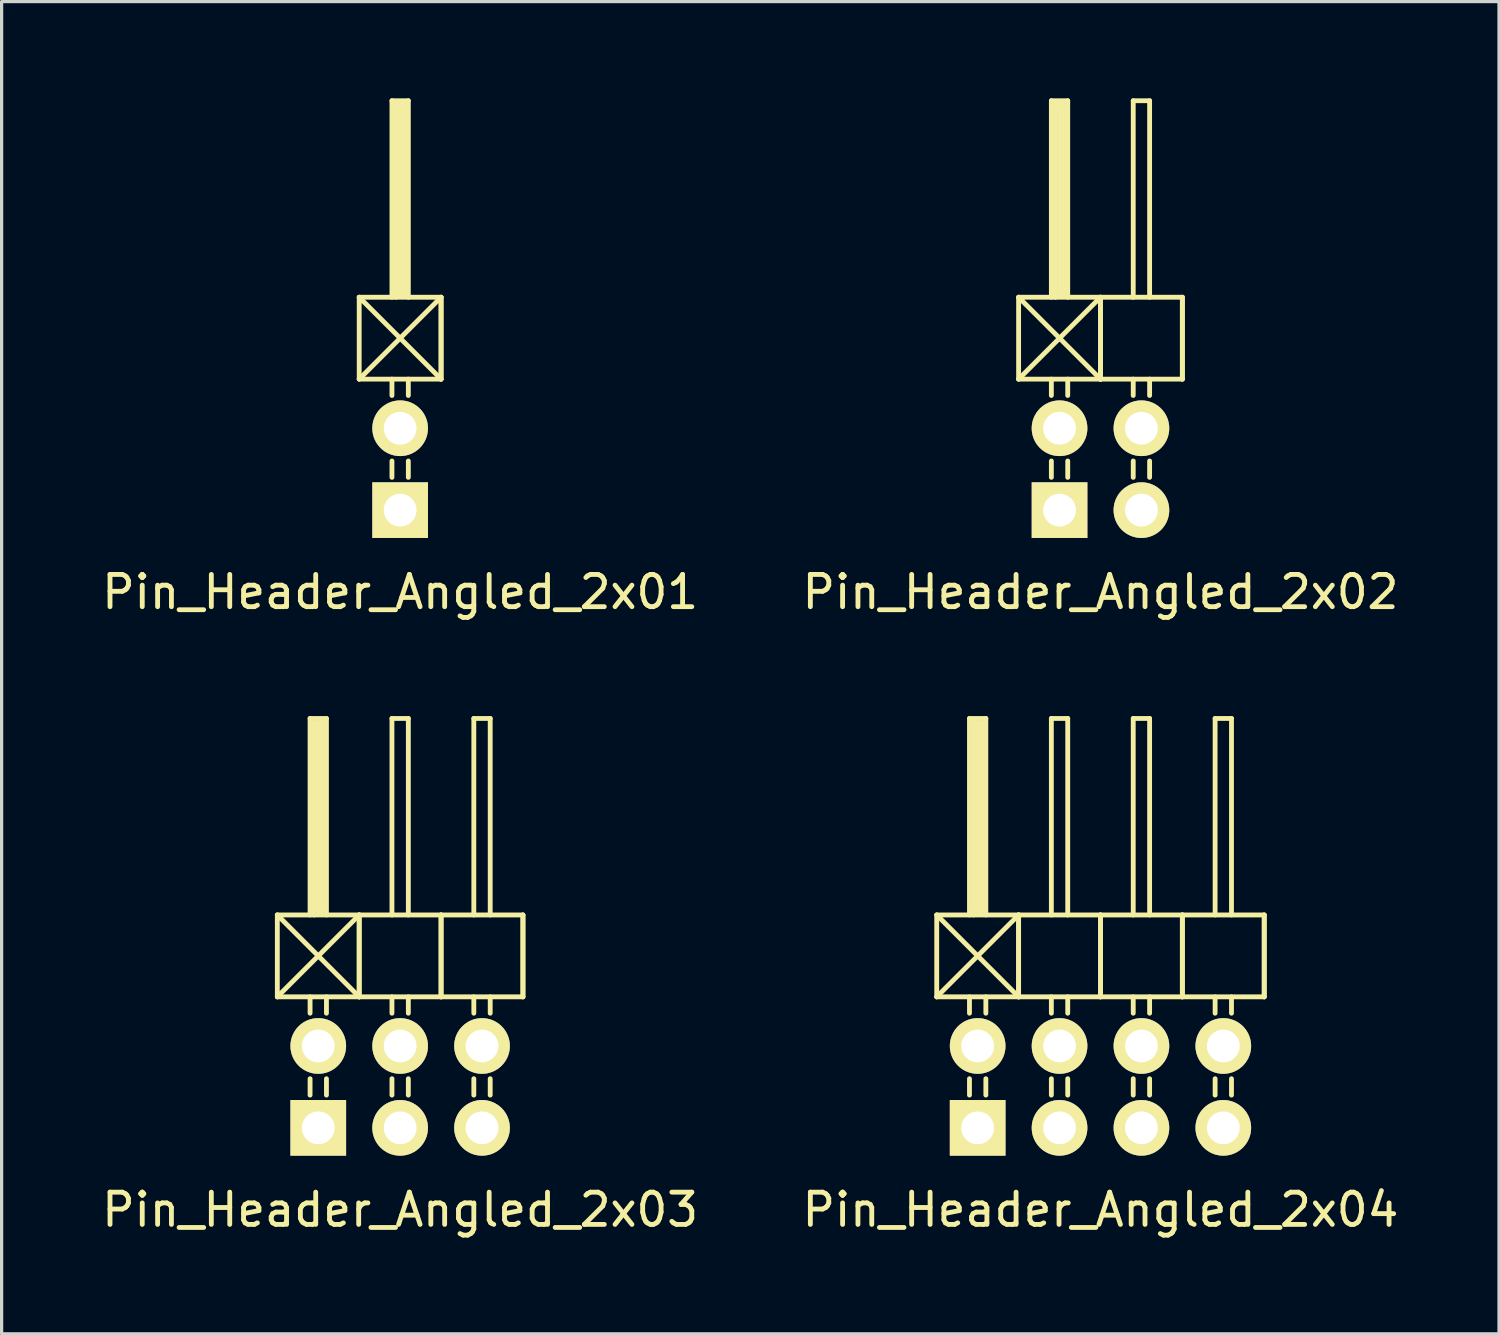
<source format=kicad_pcb>
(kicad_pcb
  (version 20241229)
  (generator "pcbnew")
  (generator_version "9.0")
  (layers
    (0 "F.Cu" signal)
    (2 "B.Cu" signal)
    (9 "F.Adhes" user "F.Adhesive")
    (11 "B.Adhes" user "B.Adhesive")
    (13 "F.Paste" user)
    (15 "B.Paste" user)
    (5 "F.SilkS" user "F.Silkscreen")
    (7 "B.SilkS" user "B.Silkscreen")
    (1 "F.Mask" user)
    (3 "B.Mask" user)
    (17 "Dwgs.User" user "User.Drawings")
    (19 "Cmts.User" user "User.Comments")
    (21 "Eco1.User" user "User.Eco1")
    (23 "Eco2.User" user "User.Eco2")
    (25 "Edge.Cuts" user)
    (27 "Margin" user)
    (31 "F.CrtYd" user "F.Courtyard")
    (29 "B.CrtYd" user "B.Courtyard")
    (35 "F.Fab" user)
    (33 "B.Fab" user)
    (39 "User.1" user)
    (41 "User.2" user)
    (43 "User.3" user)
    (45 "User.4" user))
  (footprint "Pin_Header_Angled_2x04"
    (layer "F.Cu")
    (at 31.089 30.668)
    (property "Reference" "Pin_Header_Angled_2x04" (at 0 3.81 0) (layer "F.SilkS") (effects (font (size 1 1) (thickness 0.15))))
    (attr through_hole)
    (fp_line (start -5.08 -5.334) (end -2.54 -2.794) (stroke (width 0.15) (type solid)) (layer "F.SilkS"))
    (fp_line (start -5.08 -2.794) (end -5.08 -5.334) (stroke (width 0.15) (type solid)) (layer "F.SilkS"))
    (fp_line (start -5.08 -2.794) (end -2.54 -5.334) (stroke (width 0.15) (type solid)) (layer "F.SilkS"))
    (fp_line (start -5.08 -2.794) (end -2.54 -2.794) (stroke (width 0.15) (type solid)) (layer "F.SilkS"))
    (fp_line (start -4.064 -11.43) (end -3.556 -11.43) (stroke (width 0.15) (type solid)) (layer "F.SilkS"))
    (fp_line (start -4.064 -5.334) (end -4.064 -11.43) (stroke (width 0.15) (type solid)) (layer "F.SilkS"))
    (fp_line (start -4.064 -2.794) (end -4.064 -2.286) (stroke (width 0.15) (type solid)) (layer "F.SilkS"))
    (fp_line (start -4.064 -0.254) (end -4.064 0.254) (stroke (width 0.15) (type solid)) (layer "F.SilkS"))
    (fp_line (start -3.937 -11.303) (end -3.683 -11.303) (stroke (width 0.15) (type solid)) (layer "F.SilkS"))
    (fp_line (start -3.937 -5.334) (end -3.937 -11.303) (stroke (width 0.15) (type solid)) (layer "F.SilkS"))
    (fp_line (start -3.81 -5.461) (end -3.81 -11.303) (stroke (width 0.15) (type solid)) (layer "F.SilkS"))
    (fp_line (start -3.683 -11.303) (end -3.683 -5.461) (stroke (width 0.15) (type solid)) (layer "F.SilkS"))
    (fp_line (start -3.683 -5.461) (end -3.81 -5.461) (stroke (width 0.15) (type solid)) (layer "F.SilkS"))
    (fp_line (start -3.556 -11.43) (end -3.556 -5.334) (stroke (width 0.15) (type solid)) (layer "F.SilkS"))
    (fp_line (start -3.556 -2.794) (end -3.556 -2.286) (stroke (width 0.15) (type solid)) (layer "F.SilkS"))
    (fp_line (start -3.556 -0.254) (end -3.556 0.254) (stroke (width 0.15) (type solid)) (layer "F.SilkS"))
    (fp_line (start -2.54 -5.334) (end -5.08 -5.334) (stroke (width 0.15) (type solid)) (layer "F.SilkS"))
    (fp_line (start -2.54 -2.794) (end -2.54 -5.334) (stroke (width 0.15) (type solid)) (layer "F.SilkS"))
    (fp_line (start -2.54 -2.794) (end -2.54 -5.334) (stroke (width 0.15) (type solid)) (layer "F.SilkS"))
    (fp_line (start -2.54 -2.794) (end 0 -2.794) (stroke (width 0.15) (type solid)) (layer "F.SilkS"))
    (fp_line (start -1.524 -11.43) (end -1.016 -11.43) (stroke (width 0.15) (type solid)) (layer "F.SilkS"))
    (fp_line (start -1.524 -5.334) (end -1.524 -11.43) (stroke (width 0.15) (type solid)) (layer "F.SilkS"))
    (fp_line (start -1.524 -2.794) (end -1.524 -2.286) (stroke (width 0.15) (type solid)) (layer "F.SilkS"))
    (fp_line (start -1.524 -0.254) (end -1.524 0.254) (stroke (width 0.15) (type solid)) (layer "F.SilkS"))
    (fp_line (start -1.016 -11.43) (end -1.016 -5.334) (stroke (width 0.15) (type solid)) (layer "F.SilkS"))
    (fp_line (start -1.016 -2.794) (end -1.016 -2.286) (stroke (width 0.15) (type solid)) (layer "F.SilkS"))
    (fp_line (start -1.016 -0.254) (end -1.016 0.254) (stroke (width 0.15) (type solid)) (layer "F.SilkS"))
    (fp_line (start 0 -5.334) (end -2.54 -5.334) (stroke (width 0.15) (type solid)) (layer "F.SilkS"))
    (fp_line (start 0 -2.794) (end 0 -5.334) (stroke (width 0.15) (type solid)) (layer "F.SilkS"))
    (fp_line (start 0 -2.794) (end 0 -5.334) (stroke (width 0.15) (type solid)) (layer "F.SilkS"))
    (fp_line (start 0 -2.794) (end 2.54 -2.794) (stroke (width 0.15) (type solid)) (layer "F.SilkS"))
    (fp_line (start 1.016 -11.43) (end 1.524 -11.43) (stroke (width 0.15) (type solid)) (layer "F.SilkS"))
    (fp_line (start 1.016 -5.334) (end 1.016 -11.43) (stroke (width 0.15) (type solid)) (layer "F.SilkS"))
    (fp_line (start 1.016 -2.794) (end 1.016 -2.286) (stroke (width 0.15) (type solid)) (layer "F.SilkS"))
    (fp_line (start 1.016 -0.254) (end 1.016 0.254) (stroke (width 0.15) (type solid)) (layer "F.SilkS"))
    (fp_line (start 1.524 -11.43) (end 1.524 -5.334) (stroke (width 0.15) (type solid)) (layer "F.SilkS"))
    (fp_line (start 1.524 -2.794) (end 1.524 -2.286) (stroke (width 0.15) (type solid)) (layer "F.SilkS"))
    (fp_line (start 1.524 -0.254) (end 1.524 0.254) (stroke (width 0.15) (type solid)) (layer "F.SilkS"))
    (fp_line (start 2.54 -5.334) (end 0 -5.334) (stroke (width 0.15) (type solid)) (layer "F.SilkS"))
    (fp_line (start 2.54 -2.794) (end 2.54 -5.334) (stroke (width 0.15) (type solid)) (layer "F.SilkS"))
    (fp_line (start 2.54 -2.794) (end 2.54 -5.334) (stroke (width 0.15) (type solid)) (layer "F.SilkS"))
    (fp_line (start 2.54 -2.794) (end 5.08 -2.794) (stroke (width 0.15) (type solid)) (layer "F.SilkS"))
    (fp_line (start 3.556 -11.43) (end 4.064 -11.43) (stroke (width 0.15) (type solid)) (layer "F.SilkS"))
    (fp_line (start 3.556 -5.334) (end 3.556 -11.43) (stroke (width 0.15) (type solid)) (layer "F.SilkS"))
    (fp_line (start 3.556 -2.794) (end 3.556 -2.286) (stroke (width 0.15) (type solid)) (layer "F.SilkS"))
    (fp_line (start 3.556 -0.254) (end 3.556 0.254) (stroke (width 0.15) (type solid)) (layer "F.SilkS"))
    (fp_line (start 4.064 -11.43) (end 4.064 -5.334) (stroke (width 0.15) (type solid)) (layer "F.SilkS"))
    (fp_line (start 4.064 -2.794) (end 4.064 -2.286) (stroke (width 0.15) (type solid)) (layer "F.SilkS"))
    (fp_line (start 4.064 -0.254) (end 4.064 0.254) (stroke (width 0.15) (type solid)) (layer "F.SilkS"))
    (fp_line (start 5.08 -5.334) (end 2.54 -5.334) (stroke (width 0.15) (type solid)) (layer "F.SilkS"))
    (fp_line (start 5.08 -2.794) (end 5.08 -5.334) (stroke (width 0.15) (type solid)) (layer "F.SilkS"))
    (fp_line (start 5.08 -2.794) (end 5.08 -5.334) (stroke (width 0.15) (type solid)) (layer "F.SilkS"))
    (pad "1" thru_hole rect (at -3.81 1.27) (size 1.727 1.727) (drill 1.016) (layers "*.Cu" "*.Mask" "F.SilkS"))
    (pad "2" thru_hole oval (at -3.81 -1.27) (size 1.727 1.727) (drill 1.016) (layers "*.Cu" "*.Mask" "F.SilkS"))
    (pad "3" thru_hole oval (at -1.27 1.27) (size 1.727 1.727) (drill 1.016) (layers "*.Cu" "*.Mask" "F.SilkS"))
    (pad "4" thru_hole oval (at -1.27 -1.27) (size 1.727 1.727) (drill 1.016) (layers "*.Cu" "*.Mask" "F.SilkS"))
    (pad "5" thru_hole oval (at 1.27 1.27) (size 1.727 1.727) (drill 1.016) (layers "*.Cu" "*.Mask" "F.SilkS"))
    (pad "6" thru_hole oval (at 1.27 -1.27) (size 1.727 1.727) (drill 1.016) (layers "*.Cu" "*.Mask" "F.SilkS"))
    (pad "7" thru_hole oval (at 3.81 1.27) (size 1.727 1.727) (drill 1.016) (layers "*.Cu" "*.Mask" "F.SilkS"))
    (pad "8" thru_hole oval (at 3.81 -1.27) (size 1.727 1.727) (drill 1.016) (layers "*.Cu" "*.Mask" "F.SilkS")))
  (footprint "Pin_Header_Angled_2x02"
    (layer "F.Cu")
    (at 31.089 11.505)
    (property "Reference" "Pin_Header_Angled_2x02" (at 0 3.81 0) (layer "F.SilkS") (effects (font (size 1 1) (thickness 0.15))))
    (attr through_hole)
    (fp_line (start -2.54 -5.334) (end 0 -2.794) (stroke (width 0.15) (type solid)) (layer "F.SilkS"))
    (fp_line (start -2.54 -2.794) (end -2.54 -5.334) (stroke (width 0.15) (type solid)) (layer "F.SilkS"))
    (fp_line (start -2.54 -2.794) (end 0 -5.334) (stroke (width 0.15) (type solid)) (layer "F.SilkS"))
    (fp_line (start -2.54 -2.794) (end 0 -2.794) (stroke (width 0.15) (type solid)) (layer "F.SilkS"))
    (fp_line (start -1.524 -11.43) (end -1.016 -11.43) (stroke (width 0.15) (type solid)) (layer "F.SilkS"))
    (fp_line (start -1.524 -5.334) (end -1.524 -11.43) (stroke (width 0.15) (type solid)) (layer "F.SilkS"))
    (fp_line (start -1.524 -2.794) (end -1.524 -2.286) (stroke (width 0.15) (type solid)) (layer "F.SilkS"))
    (fp_line (start -1.524 -0.254) (end -1.524 0.254) (stroke (width 0.15) (type solid)) (layer "F.SilkS"))
    (fp_line (start -1.397 -11.303) (end -1.143 -11.303) (stroke (width 0.15) (type solid)) (layer "F.SilkS"))
    (fp_line (start -1.397 -5.334) (end -1.397 -11.303) (stroke (width 0.15) (type solid)) (layer "F.SilkS"))
    (fp_line (start -1.27 -5.461) (end -1.27 -11.303) (stroke (width 0.15) (type solid)) (layer "F.SilkS"))
    (fp_line (start -1.143 -11.303) (end -1.143 -5.461) (stroke (width 0.15) (type solid)) (layer "F.SilkS"))
    (fp_line (start -1.143 -5.461) (end -1.27 -5.461) (stroke (width 0.15) (type solid)) (layer "F.SilkS"))
    (fp_line (start -1.016 -11.43) (end -1.016 -5.334) (stroke (width 0.15) (type solid)) (layer "F.SilkS"))
    (fp_line (start -1.016 -2.794) (end -1.016 -2.286) (stroke (width 0.15) (type solid)) (layer "F.SilkS"))
    (fp_line (start -1.016 -0.254) (end -1.016 0.254) (stroke (width 0.15) (type solid)) (layer "F.SilkS"))
    (fp_line (start 0 -5.334) (end -2.54 -5.334) (stroke (width 0.15) (type solid)) (layer "F.SilkS"))
    (fp_line (start 0 -2.794) (end 0 -5.334) (stroke (width 0.15) (type solid)) (layer "F.SilkS"))
    (fp_line (start 0 -2.794) (end 0 -5.334) (stroke (width 0.15) (type solid)) (layer "F.SilkS"))
    (fp_line (start 0 -2.794) (end 2.54 -2.794) (stroke (width 0.15) (type solid)) (layer "F.SilkS"))
    (fp_line (start 1.016 -11.43) (end 1.524 -11.43) (stroke (width 0.15) (type solid)) (layer "F.SilkS"))
    (fp_line (start 1.016 -5.334) (end 1.016 -11.43) (stroke (width 0.15) (type solid)) (layer "F.SilkS"))
    (fp_line (start 1.016 -2.794) (end 1.016 -2.286) (stroke (width 0.15) (type solid)) (layer "F.SilkS"))
    (fp_line (start 1.016 -0.254) (end 1.016 0.254) (stroke (width 0.15) (type solid)) (layer "F.SilkS"))
    (fp_line (start 1.524 -11.43) (end 1.524 -5.334) (stroke (width 0.15) (type solid)) (layer "F.SilkS"))
    (fp_line (start 1.524 -2.794) (end 1.524 -2.286) (stroke (width 0.15) (type solid)) (layer "F.SilkS"))
    (fp_line (start 1.524 -0.254) (end 1.524 0.254) (stroke (width 0.15) (type solid)) (layer "F.SilkS"))
    (fp_line (start 2.54 -5.334) (end 0 -5.334) (stroke (width 0.15) (type solid)) (layer "F.SilkS"))
    (fp_line (start 2.54 -2.794) (end 2.54 -5.334) (stroke (width 0.15) (type solid)) (layer "F.SilkS"))
    (fp_line (start 2.54 -2.794) (end 2.54 -5.334) (stroke (width 0.15) (type solid)) (layer "F.SilkS"))
    (pad "1" thru_hole rect (at -1.27 1.27) (size 1.727 1.727) (drill 1.016) (layers "*.Cu" "*.Mask" "F.SilkS"))
    (pad "2" thru_hole oval (at -1.27 -1.27) (size 1.727 1.727) (drill 1.016) (layers "*.Cu" "*.Mask" "F.SilkS"))
    (pad "3" thru_hole oval (at 1.27 1.27) (size 1.727 1.727) (drill 1.016) (layers "*.Cu" "*.Mask" "F.SilkS"))
    (pad "4" thru_hole oval (at 1.27 -1.27) (size 1.727 1.727) (drill 1.016) (layers "*.Cu" "*.Mask" "F.SilkS")))
  (footprint "Pin_Header_Angled_2x03"
    (layer "F.Cu")
    (at 9.363 30.668)
    (property "Reference" "Pin_Header_Angled_2x03" (at 0 3.81 0) (layer "F.SilkS") (effects (font (size 1 1) (thickness 0.15))))
    (attr through_hole)
    (fp_line (start -3.81 -5.334) (end -1.27 -2.794) (stroke (width 0.15) (type solid)) (layer "F.SilkS"))
    (fp_line (start -3.81 -2.794) (end -3.81 -5.334) (stroke (width 0.15) (type solid)) (layer "F.SilkS"))
    (fp_line (start -3.81 -2.794) (end -1.27 -5.334) (stroke (width 0.15) (type solid)) (layer "F.SilkS"))
    (fp_line (start -3.81 -2.794) (end -1.27 -2.794) (stroke (width 0.15) (type solid)) (layer "F.SilkS"))
    (fp_line (start -2.794 -11.43) (end -2.286 -11.43) (stroke (width 0.15) (type solid)) (layer "F.SilkS"))
    (fp_line (start -2.794 -5.334) (end -2.794 -11.43) (stroke (width 0.15) (type solid)) (layer "F.SilkS"))
    (fp_line (start -2.794 -2.794) (end -2.794 -2.286) (stroke (width 0.15) (type solid)) (layer "F.SilkS"))
    (fp_line (start -2.794 -0.254) (end -2.794 0.254) (stroke (width 0.15) (type solid)) (layer "F.SilkS"))
    (fp_line (start -2.667 -11.303) (end -2.413 -11.303) (stroke (width 0.15) (type solid)) (layer "F.SilkS"))
    (fp_line (start -2.667 -5.334) (end -2.667 -11.303) (stroke (width 0.15) (type solid)) (layer "F.SilkS"))
    (fp_line (start -2.54 -5.461) (end -2.54 -11.303) (stroke (width 0.15) (type solid)) (layer "F.SilkS"))
    (fp_line (start -2.413 -11.303) (end -2.413 -5.461) (stroke (width 0.15) (type solid)) (layer "F.SilkS"))
    (fp_line (start -2.413 -5.461) (end -2.54 -5.461) (stroke (width 0.15) (type solid)) (layer "F.SilkS"))
    (fp_line (start -2.286 -11.43) (end -2.286 -5.334) (stroke (width 0.15) (type solid)) (layer "F.SilkS"))
    (fp_line (start -2.286 -2.794) (end -2.286 -2.286) (stroke (width 0.15) (type solid)) (layer "F.SilkS"))
    (fp_line (start -2.286 -0.254) (end -2.286 0.254) (stroke (width 0.15) (type solid)) (layer "F.SilkS"))
    (fp_line (start -1.27 -5.334) (end -3.81 -5.334) (stroke (width 0.15) (type solid)) (layer "F.SilkS"))
    (fp_line (start -1.27 -2.794) (end -1.27 -5.334) (stroke (width 0.15) (type solid)) (layer "F.SilkS"))
    (fp_line (start -1.27 -2.794) (end -1.27 -5.334) (stroke (width 0.15) (type solid)) (layer "F.SilkS"))
    (fp_line (start -1.27 -2.794) (end 1.27 -2.794) (stroke (width 0.15) (type solid)) (layer "F.SilkS"))
    (fp_line (start -0.254 -11.43) (end 0.254 -11.43) (stroke (width 0.15) (type solid)) (layer "F.SilkS"))
    (fp_line (start -0.254 -5.334) (end -0.254 -11.43) (stroke (width 0.15) (type solid)) (layer "F.SilkS"))
    (fp_line (start -0.254 -2.794) (end -0.254 -2.286) (stroke (width 0.15) (type solid)) (layer "F.SilkS"))
    (fp_line (start -0.254 -0.254) (end -0.254 0.254) (stroke (width 0.15) (type solid)) (layer "F.SilkS"))
    (fp_line (start 0.254 -11.43) (end 0.254 -5.334) (stroke (width 0.15) (type solid)) (layer "F.SilkS"))
    (fp_line (start 0.254 -2.794) (end 0.254 -2.286) (stroke (width 0.15) (type solid)) (layer "F.SilkS"))
    (fp_line (start 0.254 -0.254) (end 0.254 0.254) (stroke (width 0.15) (type solid)) (layer "F.SilkS"))
    (fp_line (start 1.27 -5.334) (end -1.27 -5.334) (stroke (width 0.15) (type solid)) (layer "F.SilkS"))
    (fp_line (start 1.27 -2.794) (end 1.27 -5.334) (stroke (width 0.15) (type solid)) (layer "F.SilkS"))
    (fp_line (start 1.27 -2.794) (end 1.27 -5.334) (stroke (width 0.15) (type solid)) (layer "F.SilkS"))
    (fp_line (start 1.27 -2.794) (end 3.81 -2.794) (stroke (width 0.15) (type solid)) (layer "F.SilkS"))
    (fp_line (start 2.286 -11.43) (end 2.794 -11.43) (stroke (width 0.15) (type solid)) (layer "F.SilkS"))
    (fp_line (start 2.286 -5.334) (end 2.286 -11.43) (stroke (width 0.15) (type solid)) (layer "F.SilkS"))
    (fp_line (start 2.286 -2.794) (end 2.286 -2.286) (stroke (width 0.15) (type solid)) (layer "F.SilkS"))
    (fp_line (start 2.286 -0.254) (end 2.286 0.254) (stroke (width 0.15) (type solid)) (layer "F.SilkS"))
    (fp_line (start 2.794 -11.43) (end 2.794 -5.334) (stroke (width 0.15) (type solid)) (layer "F.SilkS"))
    (fp_line (start 2.794 -2.794) (end 2.794 -2.286) (stroke (width 0.15) (type solid)) (layer "F.SilkS"))
    (fp_line (start 2.794 -0.254) (end 2.794 0.254) (stroke (width 0.15) (type solid)) (layer "F.SilkS"))
    (fp_line (start 3.81 -5.334) (end 1.27 -5.334) (stroke (width 0.15) (type solid)) (layer "F.SilkS"))
    (fp_line (start 3.81 -2.794) (end 3.81 -5.334) (stroke (width 0.15) (type solid)) (layer "F.SilkS"))
    (fp_line (start 3.81 -2.794) (end 3.81 -5.334) (stroke (width 0.15) (type solid)) (layer "F.SilkS"))
    (pad "1" thru_hole rect (at -2.54 1.27) (size 1.727 1.727) (drill 1.016) (layers "*.Cu" "*.Mask" "F.SilkS"))
    (pad "2" thru_hole oval (at -2.54 -1.27) (size 1.727 1.727) (drill 1.016) (layers "*.Cu" "*.Mask" "F.SilkS"))
    (pad "3" thru_hole oval (at 0 1.27) (size 1.727 1.727) (drill 1.016) (layers "*.Cu" "*.Mask" "F.SilkS"))
    (pad "4" thru_hole oval (at 0 -1.27) (size 1.727 1.727) (drill 1.016) (layers "*.Cu" "*.Mask" "F.SilkS"))
    (pad "5" thru_hole oval (at 2.54 1.27) (size 1.727 1.727) (drill 1.016) (layers "*.Cu" "*.Mask" "F.SilkS"))
    (pad "6" thru_hole oval (at 2.54 -1.27) (size 1.727 1.727) (drill 1.016) (layers "*.Cu" "*.Mask" "F.SilkS")))
  (footprint "Pin_Header_Angled_2x01"
    (layer "F.Cu")
    (at 9.363 11.505)
    (property "Reference" "Pin_Header_Angled_2x01" (at 0 3.81 0) (layer "F.SilkS") (effects (font (size 1 1) (thickness 0.15))))
    (attr through_hole)
    (fp_line (start -1.27 -5.334) (end 1.27 -2.794) (stroke (width 0.15) (type solid)) (layer "F.SilkS"))
    (fp_line (start -1.27 -2.794) (end -1.27 -5.334) (stroke (width 0.15) (type solid)) (layer "F.SilkS"))
    (fp_line (start -1.27 -2.794) (end 1.27 -5.334) (stroke (width 0.15) (type solid)) (layer "F.SilkS"))
    (fp_line (start -1.27 -2.794) (end 1.27 -2.794) (stroke (width 0.15) (type solid)) (layer "F.SilkS"))
    (fp_line (start -0.254 -11.43) (end 0.254 -11.43) (stroke (width 0.15) (type solid)) (layer "F.SilkS"))
    (fp_line (start -0.254 -5.334) (end -0.254 -11.43) (stroke (width 0.15) (type solid)) (layer "F.SilkS"))
    (fp_line (start -0.254 -2.794) (end -0.254 -2.286) (stroke (width 0.15) (type solid)) (layer "F.SilkS"))
    (fp_line (start -0.254 -0.254) (end -0.254 0.254) (stroke (width 0.15) (type solid)) (layer "F.SilkS"))
    (fp_line (start -0.127 -11.303) (end 0.127 -11.303) (stroke (width 0.15) (type solid)) (layer "F.SilkS"))
    (fp_line (start -0.127 -5.334) (end -0.127 -11.303) (stroke (width 0.15) (type solid)) (layer "F.SilkS"))
    (fp_line (start 0 -5.461) (end 0 -11.303) (stroke (width 0.15) (type solid)) (layer "F.SilkS"))
    (fp_line (start 0.127 -11.303) (end 0.127 -5.461) (stroke (width 0.15) (type solid)) (layer "F.SilkS"))
    (fp_line (start 0.127 -5.461) (end 0 -5.461) (stroke (width 0.15) (type solid)) (layer "F.SilkS"))
    (fp_line (start 0.254 -11.43) (end 0.254 -5.334) (stroke (width 0.15) (type solid)) (layer "F.SilkS"))
    (fp_line (start 0.254 -2.794) (end 0.254 -2.286) (stroke (width 0.15) (type solid)) (layer "F.SilkS"))
    (fp_line (start 0.254 -0.254) (end 0.254 0.254) (stroke (width 0.15) (type solid)) (layer "F.SilkS"))
    (fp_line (start 1.27 -5.334) (end -1.27 -5.334) (stroke (width 0.15) (type solid)) (layer "F.SilkS"))
    (fp_line (start 1.27 -2.794) (end 1.27 -5.334) (stroke (width 0.15) (type solid)) (layer "F.SilkS"))
    (fp_line (start 1.27 -2.794) (end 1.27 -5.334) (stroke (width 0.15) (type solid)) (layer "F.SilkS"))
    (pad "1" thru_hole rect (at 0 1.27) (size 1.727 1.727) (drill 1.016) (layers "*.Cu" "*.Mask" "F.SilkS"))
    (pad "2" thru_hole oval (at 0 -1.27) (size 1.727 1.727) (drill 1.016) (layers "*.Cu" "*.Mask" "F.SilkS")))
  (gr_rect
    (start -3 -3)
    (end 43.452 38.327)
    (stroke (width 0.1) (type default))
    (fill no)
    (layer "Edge.Cuts")))
</source>
